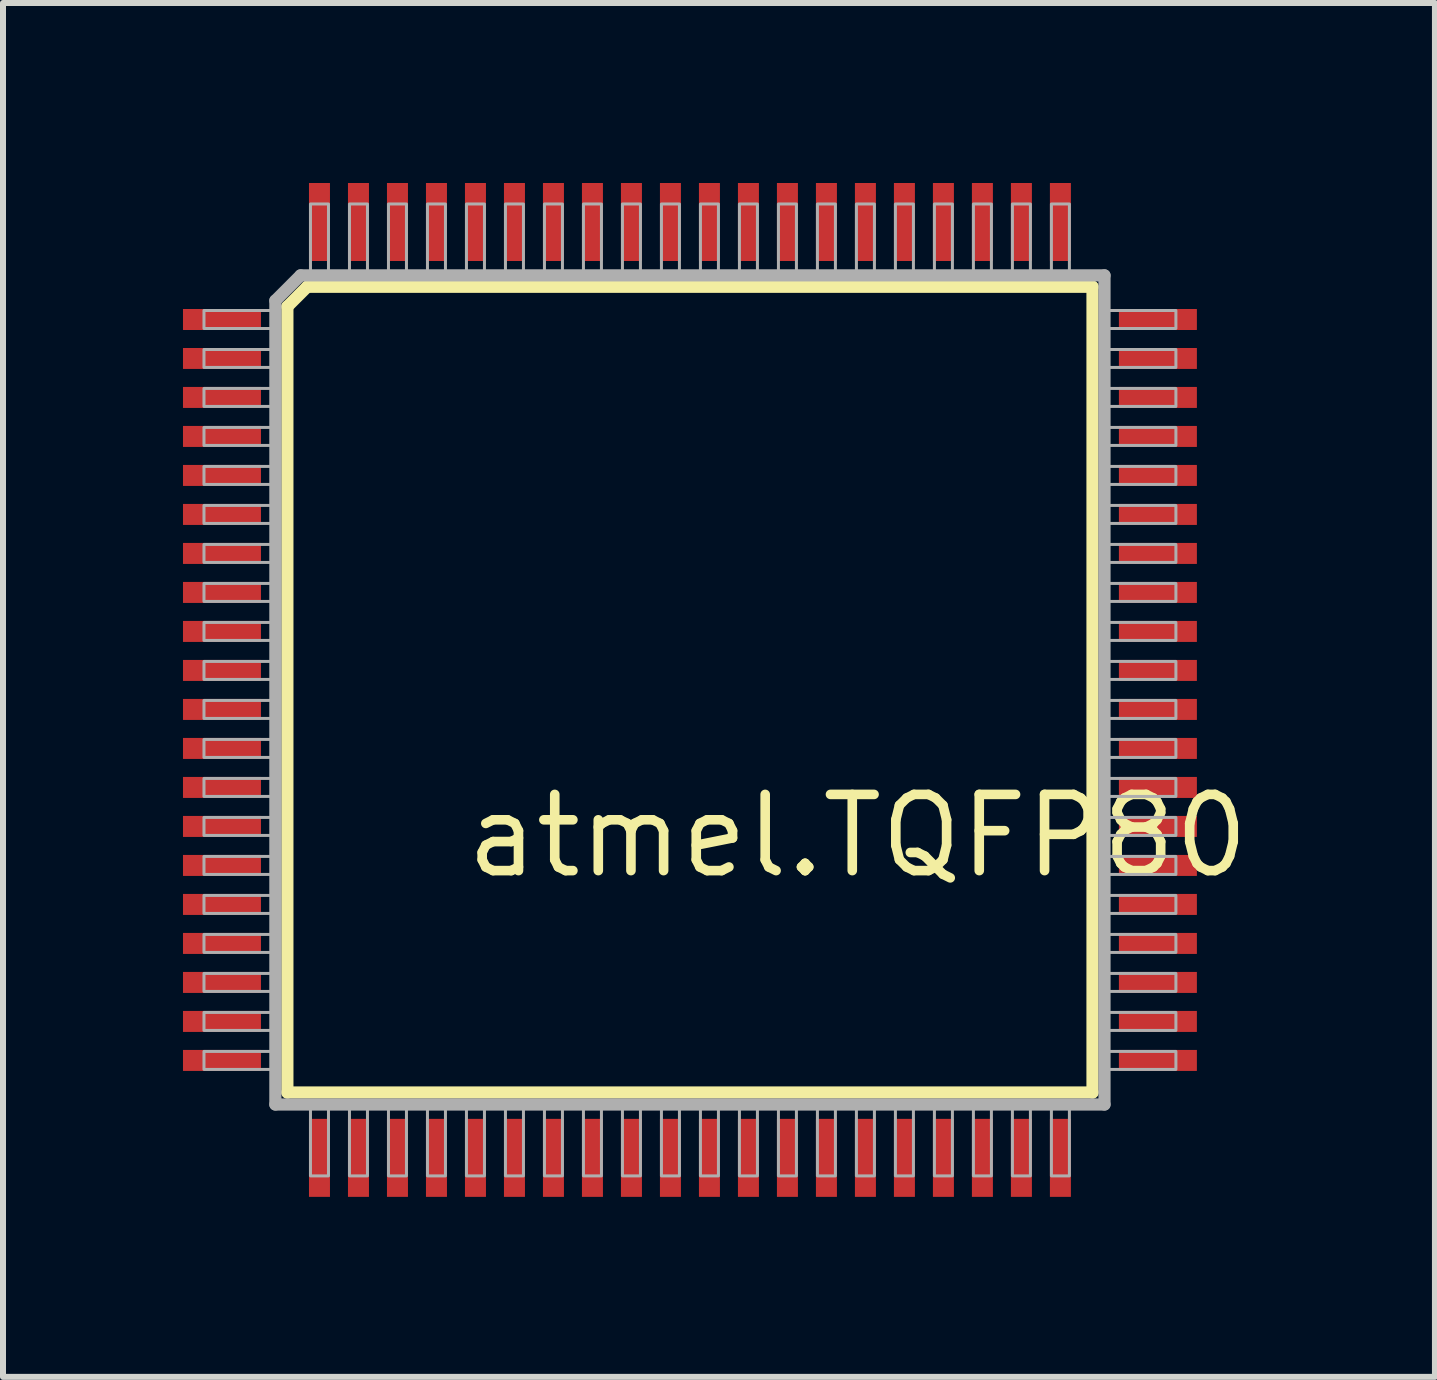
<source format=kicad_pcb>
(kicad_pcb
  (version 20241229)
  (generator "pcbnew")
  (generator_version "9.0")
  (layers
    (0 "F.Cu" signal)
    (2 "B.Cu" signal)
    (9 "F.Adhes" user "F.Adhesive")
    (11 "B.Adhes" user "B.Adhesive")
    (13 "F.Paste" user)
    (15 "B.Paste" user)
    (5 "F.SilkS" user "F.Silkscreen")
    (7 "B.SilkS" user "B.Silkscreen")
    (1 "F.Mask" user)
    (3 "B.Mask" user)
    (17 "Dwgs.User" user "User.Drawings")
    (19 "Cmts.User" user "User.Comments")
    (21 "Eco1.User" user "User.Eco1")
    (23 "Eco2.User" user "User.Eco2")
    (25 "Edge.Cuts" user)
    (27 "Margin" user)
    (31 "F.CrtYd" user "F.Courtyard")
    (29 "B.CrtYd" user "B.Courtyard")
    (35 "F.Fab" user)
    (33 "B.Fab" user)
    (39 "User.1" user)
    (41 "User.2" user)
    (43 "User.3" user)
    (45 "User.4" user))
  (footprint "atmel.TQFP80"
    (layer "F.Cu")
    (at 8.45 8.45)
    (property "Reference" "atmel.TQFP80" (at -3.81 3.175 0) (layer "F.SilkS") (effects (font (size 1.27 1.27) (thickness 0.16)) (justify left bottom)))
    (attr smd)
    (fp_line (start -6.71 -6.39) (end -6.38 -6.72) (stroke (width 0.203) (type default)) (layer "F.SilkS"))
    (fp_line (start -6.71 6.71) (end -6.71 -6.39) (stroke (width 0.203) (type default)) (layer "F.SilkS"))
    (fp_line (start -6.38 -6.72) (end 6.71 -6.72) (stroke (width 0.203) (type default)) (layer "F.SilkS"))
    (fp_line (start 6.71 -6.72) (end 6.71 6.71) (stroke (width 0.203) (type default)) (layer "F.SilkS"))
    (fp_line (start 6.71 6.71) (end -6.71 6.71) (stroke (width 0.203) (type default)) (layer "F.SilkS"))
    (fp_line (start -6.91 -6.49) (end -6.91 6.91) (stroke (width 0.203) (type default)) (layer "F.Fab"))
    (fp_line (start -6.91 6.91) (end 6.91 6.91) (stroke (width 0.203) (type default)) (layer "F.Fab"))
    (fp_line (start -6.49 -6.91) (end -6.91 -6.49) (stroke (width 0.203) (type default)) (layer "F.Fab"))
    (fp_line (start 6.91 -6.91) (end -6.49 -6.91) (stroke (width 0.203) (type default)) (layer "F.Fab"))
    (fp_line (start 6.91 6.91) (end 6.91 -6.91) (stroke (width 0.203) (type default)) (layer "F.Fab"))
    (fp_rect (start -8.1 -6.025) (end -6.9 -6.325) (stroke (width 0.05) (type default)) (fill no) (layer "F.Fab"))
    (fp_rect (start -8.1 -5.375) (end -6.9 -5.675) (stroke (width 0.05) (type default)) (fill no) (layer "F.Fab"))
    (fp_rect (start -8.1 -4.725) (end -6.9 -5.025) (stroke (width 0.05) (type default)) (fill no) (layer "F.Fab"))
    (fp_rect (start -8.1 -4.075) (end -6.9 -4.375) (stroke (width 0.05) (type default)) (fill no) (layer "F.Fab"))
    (fp_rect (start -8.1 -3.425) (end -6.9 -3.725) (stroke (width 0.05) (type default)) (fill no) (layer "F.Fab"))
    (fp_rect (start -8.1 -2.775) (end -6.9 -3.075) (stroke (width 0.05) (type default)) (fill no) (layer "F.Fab"))
    (fp_rect (start -8.1 -2.125) (end -6.9 -2.425) (stroke (width 0.05) (type default)) (fill no) (layer "F.Fab"))
    (fp_rect (start -8.1 -1.475) (end -6.9 -1.775) (stroke (width 0.05) (type default)) (fill no) (layer "F.Fab"))
    (fp_rect (start -8.1 -0.825) (end -6.9 -1.125) (stroke (width 0.05) (type default)) (fill no) (layer "F.Fab"))
    (fp_rect (start -8.1 -0.175) (end -6.9 -0.475) (stroke (width 0.05) (type default)) (fill no) (layer "F.Fab"))
    (fp_rect (start -8.1 0.475) (end -6.9 0.175) (stroke (width 0.05) (type default)) (fill no) (layer "F.Fab"))
    (fp_rect (start -8.1 1.125) (end -6.9 0.825) (stroke (width 0.05) (type default)) (fill no) (layer "F.Fab"))
    (fp_rect (start -8.1 1.775) (end -6.9 1.475) (stroke (width 0.05) (type default)) (fill no) (layer "F.Fab"))
    (fp_rect (start -8.1 2.425) (end -6.9 2.125) (stroke (width 0.05) (type default)) (fill no) (layer "F.Fab"))
    (fp_rect (start -8.1 3.075) (end -6.9 2.775) (stroke (width 0.05) (type default)) (fill no) (layer "F.Fab"))
    (fp_rect (start -8.1 3.725) (end -6.9 3.425) (stroke (width 0.05) (type default)) (fill no) (layer "F.Fab"))
    (fp_rect (start -8.1 4.375) (end -6.9 4.075) (stroke (width 0.05) (type default)) (fill no) (layer "F.Fab"))
    (fp_rect (start -8.1 5.025) (end -6.9 4.725) (stroke (width 0.05) (type default)) (fill no) (layer "F.Fab"))
    (fp_rect (start -8.1 5.675) (end -6.9 5.375) (stroke (width 0.05) (type default)) (fill no) (layer "F.Fab"))
    (fp_rect (start -8.1 6.325) (end -6.9 6.025) (stroke (width 0.05) (type default)) (fill no) (layer "F.Fab"))
    (fp_rect (start -6.325 -6.9) (end -6.025 -8.1) (stroke (width 0.05) (type default)) (fill no) (layer "F.Fab"))
    (fp_rect (start -6.325 8.1) (end -6.025 6.9) (stroke (width 0.05) (type default)) (fill no) (layer "F.Fab"))
    (fp_rect (start -5.675 -6.9) (end -5.375 -8.1) (stroke (width 0.05) (type default)) (fill no) (layer "F.Fab"))
    (fp_rect (start -5.675 8.1) (end -5.375 6.9) (stroke (width 0.05) (type default)) (fill no) (layer "F.Fab"))
    (fp_rect (start -5.025 -6.9) (end -4.725 -8.1) (stroke (width 0.05) (type default)) (fill no) (layer "F.Fab"))
    (fp_rect (start -5.025 8.1) (end -4.725 6.9) (stroke (width 0.05) (type default)) (fill no) (layer "F.Fab"))
    (fp_rect (start -4.375 -6.9) (end -4.075 -8.1) (stroke (width 0.05) (type default)) (fill no) (layer "F.Fab"))
    (fp_rect (start -4.375 8.1) (end -4.075 6.9) (stroke (width 0.05) (type default)) (fill no) (layer "F.Fab"))
    (fp_rect (start -3.725 -6.9) (end -3.425 -8.1) (stroke (width 0.05) (type default)) (fill no) (layer "F.Fab"))
    (fp_rect (start -3.725 8.1) (end -3.425 6.9) (stroke (width 0.05) (type default)) (fill no) (layer "F.Fab"))
    (fp_rect (start -3.075 -6.9) (end -2.775 -8.1) (stroke (width 0.05) (type default)) (fill no) (layer "F.Fab"))
    (fp_rect (start -3.075 8.1) (end -2.775 6.9) (stroke (width 0.05) (type default)) (fill no) (layer "F.Fab"))
    (fp_rect (start -2.425 -6.9) (end -2.125 -8.1) (stroke (width 0.05) (type default)) (fill no) (layer "F.Fab"))
    (fp_rect (start -2.425 8.1) (end -2.125 6.9) (stroke (width 0.05) (type default)) (fill no) (layer "F.Fab"))
    (fp_rect (start -1.775 -6.9) (end -1.475 -8.1) (stroke (width 0.05) (type default)) (fill no) (layer "F.Fab"))
    (fp_rect (start -1.775 8.1) (end -1.475 6.9) (stroke (width 0.05) (type default)) (fill no) (layer "F.Fab"))
    (fp_rect (start -1.125 -6.9) (end -0.825 -8.1) (stroke (width 0.05) (type default)) (fill no) (layer "F.Fab"))
    (fp_rect (start -1.125 8.1) (end -0.825 6.9) (stroke (width 0.05) (type default)) (fill no) (layer "F.Fab"))
    (fp_rect (start -0.475 -6.9) (end -0.175 -8.1) (stroke (width 0.05) (type default)) (fill no) (layer "F.Fab"))
    (fp_rect (start -0.475 8.1) (end -0.175 6.9) (stroke (width 0.05) (type default)) (fill no) (layer "F.Fab"))
    (fp_rect (start 0.175 -6.9) (end 0.475 -8.1) (stroke (width 0.05) (type default)) (fill no) (layer "F.Fab"))
    (fp_rect (start 0.175 8.1) (end 0.475 6.9) (stroke (width 0.05) (type default)) (fill no) (layer "F.Fab"))
    (fp_rect (start 0.825 -6.9) (end 1.125 -8.1) (stroke (width 0.05) (type default)) (fill no) (layer "F.Fab"))
    (fp_rect (start 0.825 8.1) (end 1.125 6.9) (stroke (width 0.05) (type default)) (fill no) (layer "F.Fab"))
    (fp_rect (start 1.475 -6.9) (end 1.775 -8.1) (stroke (width 0.05) (type default)) (fill no) (layer "F.Fab"))
    (fp_rect (start 1.475 8.1) (end 1.775 6.9) (stroke (width 0.05) (type default)) (fill no) (layer "F.Fab"))
    (fp_rect (start 2.125 -6.9) (end 2.425 -8.1) (stroke (width 0.05) (type default)) (fill no) (layer "F.Fab"))
    (fp_rect (start 2.125 8.1) (end 2.425 6.9) (stroke (width 0.05) (type default)) (fill no) (layer "F.Fab"))
    (fp_rect (start 2.775 -6.9) (end 3.075 -8.1) (stroke (width 0.05) (type default)) (fill no) (layer "F.Fab"))
    (fp_rect (start 2.775 8.1) (end 3.075 6.9) (stroke (width 0.05) (type default)) (fill no) (layer "F.Fab"))
    (fp_rect (start 3.425 -6.9) (end 3.725 -8.1) (stroke (width 0.05) (type default)) (fill no) (layer "F.Fab"))
    (fp_rect (start 3.425 8.1) (end 3.725 6.9) (stroke (width 0.05) (type default)) (fill no) (layer "F.Fab"))
    (fp_rect (start 4.075 -6.9) (end 4.375 -8.1) (stroke (width 0.05) (type default)) (fill no) (layer "F.Fab"))
    (fp_rect (start 4.075 8.1) (end 4.375 6.9) (stroke (width 0.05) (type default)) (fill no) (layer "F.Fab"))
    (fp_rect (start 4.725 -6.9) (end 5.025 -8.1) (stroke (width 0.05) (type default)) (fill no) (layer "F.Fab"))
    (fp_rect (start 4.725 8.1) (end 5.025 6.9) (stroke (width 0.05) (type default)) (fill no) (layer "F.Fab"))
    (fp_rect (start 5.375 -6.9) (end 5.675 -8.1) (stroke (width 0.05) (type default)) (fill no) (layer "F.Fab"))
    (fp_rect (start 5.375 8.1) (end 5.675 6.9) (stroke (width 0.05) (type default)) (fill no) (layer "F.Fab"))
    (fp_rect (start 6.025 -6.9) (end 6.325 -8.1) (stroke (width 0.05) (type default)) (fill no) (layer "F.Fab"))
    (fp_rect (start 6.025 8.1) (end 6.325 6.9) (stroke (width 0.05) (type default)) (fill no) (layer "F.Fab"))
    (fp_rect (start 6.9 -6.025) (end 8.1 -6.325) (stroke (width 0.05) (type default)) (fill no) (layer "F.Fab"))
    (fp_rect (start 6.9 -5.375) (end 8.1 -5.675) (stroke (width 0.05) (type default)) (fill no) (layer "F.Fab"))
    (fp_rect (start 6.9 -4.725) (end 8.1 -5.025) (stroke (width 0.05) (type default)) (fill no) (layer "F.Fab"))
    (fp_rect (start 6.9 -4.075) (end 8.1 -4.375) (stroke (width 0.05) (type default)) (fill no) (layer "F.Fab"))
    (fp_rect (start 6.9 -3.425) (end 8.1 -3.725) (stroke (width 0.05) (type default)) (fill no) (layer "F.Fab"))
    (fp_rect (start 6.9 -2.775) (end 8.1 -3.075) (stroke (width 0.05) (type default)) (fill no) (layer "F.Fab"))
    (fp_rect (start 6.9 -2.125) (end 8.1 -2.425) (stroke (width 0.05) (type default)) (fill no) (layer "F.Fab"))
    (fp_rect (start 6.9 -1.475) (end 8.1 -1.775) (stroke (width 0.05) (type default)) (fill no) (layer "F.Fab"))
    (fp_rect (start 6.9 -0.825) (end 8.1 -1.125) (stroke (width 0.05) (type default)) (fill no) (layer "F.Fab"))
    (fp_rect (start 6.9 -0.175) (end 8.1 -0.475) (stroke (width 0.05) (type default)) (fill no) (layer "F.Fab"))
    (fp_rect (start 6.9 0.475) (end 8.1 0.175) (stroke (width 0.05) (type default)) (fill no) (layer "F.Fab"))
    (fp_rect (start 6.9 1.125) (end 8.1 0.825) (stroke (width 0.05) (type default)) (fill no) (layer "F.Fab"))
    (fp_rect (start 6.9 1.775) (end 8.1 1.475) (stroke (width 0.05) (type default)) (fill no) (layer "F.Fab"))
    (fp_rect (start 6.9 2.425) (end 8.1 2.125) (stroke (width 0.05) (type default)) (fill no) (layer "F.Fab"))
    (fp_rect (start 6.9 3.075) (end 8.1 2.775) (stroke (width 0.05) (type default)) (fill no) (layer "F.Fab"))
    (fp_rect (start 6.9 3.725) (end 8.1 3.425) (stroke (width 0.05) (type default)) (fill no) (layer "F.Fab"))
    (fp_rect (start 6.9 4.375) (end 8.1 4.075) (stroke (width 0.05) (type default)) (fill no) (layer "F.Fab"))
    (fp_rect (start 6.9 5.025) (end 8.1 4.725) (stroke (width 0.05) (type default)) (fill no) (layer "F.Fab"))
    (fp_rect (start 6.9 5.675) (end 8.1 5.375) (stroke (width 0.05) (type default)) (fill no) (layer "F.Fab"))
    (fp_rect (start 6.9 6.325) (end 8.1 6.025) (stroke (width 0.05) (type default)) (fill no) (layer "F.Fab"))
    (pad "1" smd roundrect (at -7.8 -6.175 270) (size 0.35 1.3) (layers "F.Cu" "F.Mask" "F.Paste") (roundrect_rratio 0.01))
    (pad "2" smd roundrect (at -7.8 -5.525 270) (size 0.35 1.3) (layers "F.Cu" "F.Mask" "F.Paste") (roundrect_rratio 0.01))
    (pad "3" smd roundrect (at -7.8 -4.875 270) (size 0.35 1.3) (layers "F.Cu" "F.Mask" "F.Paste") (roundrect_rratio 0.01))
    (pad "4" smd roundrect (at -7.8 -4.225 270) (size 0.35 1.3) (layers "F.Cu" "F.Mask" "F.Paste") (roundrect_rratio 0.01))
    (pad "5" smd roundrect (at -7.8 -3.575 270) (size 0.35 1.3) (layers "F.Cu" "F.Mask" "F.Paste") (roundrect_rratio 0.01))
    (pad "6" smd roundrect (at -7.8 -2.925 270) (size 0.35 1.3) (layers "F.Cu" "F.Mask" "F.Paste") (roundrect_rratio 0.01))
    (pad "7" smd roundrect (at -7.8 -2.275 270) (size 0.35 1.3) (layers "F.Cu" "F.Mask" "F.Paste") (roundrect_rratio 0.01))
    (pad "8" smd roundrect (at -7.8 -1.625 270) (size 0.35 1.3) (layers "F.Cu" "F.Mask" "F.Paste") (roundrect_rratio 0.01))
    (pad "9" smd roundrect (at -7.8 -0.975 270) (size 0.35 1.3) (layers "F.Cu" "F.Mask" "F.Paste") (roundrect_rratio 0.01))
    (pad "10" smd roundrect (at -7.8 -0.325 270) (size 0.35 1.3) (layers "F.Cu" "F.Mask" "F.Paste") (roundrect_rratio 0.01))
    (pad "11" smd roundrect (at -7.8 0.325 270) (size 0.35 1.3) (layers "F.Cu" "F.Mask" "F.Paste") (roundrect_rratio 0.01))
    (pad "12" smd roundrect (at -7.8 0.975 270) (size 0.35 1.3) (layers "F.Cu" "F.Mask" "F.Paste") (roundrect_rratio 0.01))
    (pad "13" smd roundrect (at -7.8 1.625 270) (size 0.35 1.3) (layers "F.Cu" "F.Mask" "F.Paste") (roundrect_rratio 0.01))
    (pad "14" smd roundrect (at -7.8 2.275 270) (size 0.35 1.3) (layers "F.Cu" "F.Mask" "F.Paste") (roundrect_rratio 0.01))
    (pad "15" smd roundrect (at -7.8 2.925 270) (size 0.35 1.3) (layers "F.Cu" "F.Mask" "F.Paste") (roundrect_rratio 0.01))
    (pad "16" smd roundrect (at -7.8 3.575 270) (size 0.35 1.3) (layers "F.Cu" "F.Mask" "F.Paste") (roundrect_rratio 0.01))
    (pad "17" smd roundrect (at -7.8 4.225 270) (size 0.35 1.3) (layers "F.Cu" "F.Mask" "F.Paste") (roundrect_rratio 0.01))
    (pad "18" smd roundrect (at -7.8 4.875 270) (size 0.35 1.3) (layers "F.Cu" "F.Mask" "F.Paste") (roundrect_rratio 0.01))
    (pad "19" smd roundrect (at -7.8 5.525 270) (size 0.35 1.3) (layers "F.Cu" "F.Mask" "F.Paste") (roundrect_rratio 0.01))
    (pad "20" smd roundrect (at -7.8 6.175 270) (size 0.35 1.3) (layers "F.Cu" "F.Mask" "F.Paste") (roundrect_rratio 0.01))
    (pad "21" smd roundrect (at -6.175 7.8 270) (size 1.3 0.35) (layers "F.Cu" "F.Mask" "F.Paste") (roundrect_rratio 0.01))
    (pad "22" smd roundrect (at -5.525 7.8 270) (size 1.3 0.35) (layers "F.Cu" "F.Mask" "F.Paste") (roundrect_rratio 0.01))
    (pad "23" smd roundrect (at -4.875 7.8 270) (size 1.3 0.35) (layers "F.Cu" "F.Mask" "F.Paste") (roundrect_rratio 0.01))
    (pad "24" smd roundrect (at -4.225 7.8 270) (size 1.3 0.35) (layers "F.Cu" "F.Mask" "F.Paste") (roundrect_rratio 0.01))
    (pad "25" smd roundrect (at -3.575 7.8 270) (size 1.3 0.35) (layers "F.Cu" "F.Mask" "F.Paste") (roundrect_rratio 0.01))
    (pad "26" smd roundrect (at -2.925 7.8 270) (size 1.3 0.35) (layers "F.Cu" "F.Mask" "F.Paste") (roundrect_rratio 0.01))
    (pad "27" smd roundrect (at -2.275 7.8 270) (size 1.3 0.35) (layers "F.Cu" "F.Mask" "F.Paste") (roundrect_rratio 0.01))
    (pad "28" smd roundrect (at -1.625 7.8 270) (size 1.3 0.35) (layers "F.Cu" "F.Mask" "F.Paste") (roundrect_rratio 0.01))
    (pad "29" smd roundrect (at -0.975 7.8 270) (size 1.3 0.35) (layers "F.Cu" "F.Mask" "F.Paste") (roundrect_rratio 0.01))
    (pad "30" smd roundrect (at -0.325 7.8 270) (size 1.3 0.35) (layers "F.Cu" "F.Mask" "F.Paste") (roundrect_rratio 0.01))
    (pad "31" smd roundrect (at 0.325 7.8 270) (size 1.3 0.35) (layers "F.Cu" "F.Mask" "F.Paste") (roundrect_rratio 0.01))
    (pad "32" smd roundrect (at 0.975 7.8 270) (size 1.3 0.35) (layers "F.Cu" "F.Mask" "F.Paste") (roundrect_rratio 0.01))
    (pad "33" smd roundrect (at 1.625 7.8 270) (size 1.3 0.35) (layers "F.Cu" "F.Mask" "F.Paste") (roundrect_rratio 0.01))
    (pad "34" smd roundrect (at 2.275 7.8 270) (size 1.3 0.35) (layers "F.Cu" "F.Mask" "F.Paste") (roundrect_rratio 0.01))
    (pad "35" smd roundrect (at 2.925 7.8 270) (size 1.3 0.35) (layers "F.Cu" "F.Mask" "F.Paste") (roundrect_rratio 0.01))
    (pad "36" smd roundrect (at 3.575 7.8 270) (size 1.3 0.35) (layers "F.Cu" "F.Mask" "F.Paste") (roundrect_rratio 0.01))
    (pad "37" smd roundrect (at 4.225 7.8 270) (size 1.3 0.35) (layers "F.Cu" "F.Mask" "F.Paste") (roundrect_rratio 0.01))
    (pad "38" smd roundrect (at 4.875 7.8 270) (size 1.3 0.35) (layers "F.Cu" "F.Mask" "F.Paste") (roundrect_rratio 0.01))
    (pad "39" smd roundrect (at 5.525 7.8 270) (size 1.3 0.35) (layers "F.Cu" "F.Mask" "F.Paste") (roundrect_rratio 0.01))
    (pad "40" smd roundrect (at 6.175 7.8 270) (size 1.3 0.35) (layers "F.Cu" "F.Mask" "F.Paste") (roundrect_rratio 0.01))
    (pad "41" smd roundrect (at 7.8 6.175 270) (size 0.35 1.3) (layers "F.Cu" "F.Mask" "F.Paste") (roundrect_rratio 0.01))
    (pad "42" smd roundrect (at 7.8 5.525 270) (size 0.35 1.3) (layers "F.Cu" "F.Mask" "F.Paste") (roundrect_rratio 0.01))
    (pad "43" smd roundrect (at 7.8 4.875 270) (size 0.35 1.3) (layers "F.Cu" "F.Mask" "F.Paste") (roundrect_rratio 0.01))
    (pad "44" smd roundrect (at 7.8 4.225 270) (size 0.35 1.3) (layers "F.Cu" "F.Mask" "F.Paste") (roundrect_rratio 0.01))
    (pad "45" smd roundrect (at 7.8 3.575 270) (size 0.35 1.3) (layers "F.Cu" "F.Mask" "F.Paste") (roundrect_rratio 0.01))
    (pad "46" smd roundrect (at 7.8 2.925 270) (size 0.35 1.3) (layers "F.Cu" "F.Mask" "F.Paste") (roundrect_rratio 0.01))
    (pad "47" smd roundrect (at 7.8 2.275 270) (size 0.35 1.3) (layers "F.Cu" "F.Mask" "F.Paste") (roundrect_rratio 0.01))
    (pad "48" smd roundrect (at 7.8 1.625 270) (size 0.35 1.3) (layers "F.Cu" "F.Mask" "F.Paste") (roundrect_rratio 0.01))
    (pad "49" smd roundrect (at 7.8 0.975 270) (size 0.35 1.3) (layers "F.Cu" "F.Mask" "F.Paste") (roundrect_rratio 0.01))
    (pad "50" smd roundrect (at 7.8 0.325 270) (size 0.35 1.3) (layers "F.Cu" "F.Mask" "F.Paste") (roundrect_rratio 0.01))
    (pad "51" smd roundrect (at 7.8 -0.325 270) (size 0.35 1.3) (layers "F.Cu" "F.Mask" "F.Paste") (roundrect_rratio 0.01))
    (pad "52" smd roundrect (at 7.8 -0.975 270) (size 0.35 1.3) (layers "F.Cu" "F.Mask" "F.Paste") (roundrect_rratio 0.01))
    (pad "53" smd roundrect (at 7.8 -1.625 270) (size 0.35 1.3) (layers "F.Cu" "F.Mask" "F.Paste") (roundrect_rratio 0.01))
    (pad "54" smd roundrect (at 7.8 -2.275 270) (size 0.35 1.3) (layers "F.Cu" "F.Mask" "F.Paste") (roundrect_rratio 0.01))
    (pad "55" smd roundrect (at 7.8 -2.925 270) (size 0.35 1.3) (layers "F.Cu" "F.Mask" "F.Paste") (roundrect_rratio 0.01))
    (pad "56" smd roundrect (at 7.8 -3.575 270) (size 0.35 1.3) (layers "F.Cu" "F.Mask" "F.Paste") (roundrect_rratio 0.01))
    (pad "57" smd roundrect (at 7.8 -4.225 270) (size 0.35 1.3) (layers "F.Cu" "F.Mask" "F.Paste") (roundrect_rratio 0.01))
    (pad "58" smd roundrect (at 7.8 -4.875 270) (size 0.35 1.3) (layers "F.Cu" "F.Mask" "F.Paste") (roundrect_rratio 0.01))
    (pad "59" smd roundrect (at 7.8 -5.525 270) (size 0.35 1.3) (layers "F.Cu" "F.Mask" "F.Paste") (roundrect_rratio 0.01))
    (pad "60" smd roundrect (at 7.8 -6.175 270) (size 0.35 1.3) (layers "F.Cu" "F.Mask" "F.Paste") (roundrect_rratio 0.01))
    (pad "61" smd roundrect (at 6.175 -7.8 270) (size 1.3 0.35) (layers "F.Cu" "F.Mask" "F.Paste") (roundrect_rratio 0.01))
    (pad "62" smd roundrect (at 5.525 -7.8 270) (size 1.3 0.35) (layers "F.Cu" "F.Mask" "F.Paste") (roundrect_rratio 0.01))
    (pad "63" smd roundrect (at 4.875 -7.8 270) (size 1.3 0.35) (layers "F.Cu" "F.Mask" "F.Paste") (roundrect_rratio 0.01))
    (pad "64" smd roundrect (at 4.225 -7.8 270) (size 1.3 0.35) (layers "F.Cu" "F.Mask" "F.Paste") (roundrect_rratio 0.01))
    (pad "65" smd roundrect (at 3.575 -7.8 270) (size 1.3 0.35) (layers "F.Cu" "F.Mask" "F.Paste") (roundrect_rratio 0.01))
    (pad "66" smd roundrect (at 2.925 -7.8 270) (size 1.3 0.35) (layers "F.Cu" "F.Mask" "F.Paste") (roundrect_rratio 0.01))
    (pad "67" smd roundrect (at 2.275 -7.8 270) (size 1.3 0.35) (layers "F.Cu" "F.Mask" "F.Paste") (roundrect_rratio 0.01))
    (pad "68" smd roundrect (at 1.625 -7.8 270) (size 1.3 0.35) (layers "F.Cu" "F.Mask" "F.Paste") (roundrect_rratio 0.01))
    (pad "69" smd roundrect (at 0.975 -7.8 270) (size 1.3 0.35) (layers "F.Cu" "F.Mask" "F.Paste") (roundrect_rratio 0.01))
    (pad "70" smd roundrect (at 0.325 -7.8 270) (size 1.3 0.35) (layers "F.Cu" "F.Mask" "F.Paste") (roundrect_rratio 0.01))
    (pad "71" smd roundrect (at -0.325 -7.8 270) (size 1.3 0.35) (layers "F.Cu" "F.Mask" "F.Paste") (roundrect_rratio 0.01))
    (pad "72" smd roundrect (at -0.975 -7.8 270) (size 1.3 0.35) (layers "F.Cu" "F.Mask" "F.Paste") (roundrect_rratio 0.01))
    (pad "73" smd roundrect (at -1.625 -7.8 270) (size 1.3 0.35) (layers "F.Cu" "F.Mask" "F.Paste") (roundrect_rratio 0.01))
    (pad "74" smd roundrect (at -2.275 -7.8 270) (size 1.3 0.35) (layers "F.Cu" "F.Mask" "F.Paste") (roundrect_rratio 0.01))
    (pad "75" smd roundrect (at -2.925 -7.8 270) (size 1.3 0.35) (layers "F.Cu" "F.Mask" "F.Paste") (roundrect_rratio 0.01))
    (pad "76" smd roundrect (at -3.575 -7.8 270) (size 1.3 0.35) (layers "F.Cu" "F.Mask" "F.Paste") (roundrect_rratio 0.01))
    (pad "77" smd roundrect (at -4.225 -7.8 270) (size 1.3 0.35) (layers "F.Cu" "F.Mask" "F.Paste") (roundrect_rratio 0.01))
    (pad "78" smd roundrect (at -4.875 -7.8 270) (size 1.3 0.35) (layers "F.Cu" "F.Mask" "F.Paste") (roundrect_rratio 0.01))
    (pad "79" smd roundrect (at -5.525 -7.8 270) (size 1.3 0.35) (layers "F.Cu" "F.Mask" "F.Paste") (roundrect_rratio 0.01))
    (pad "80" smd roundrect (at -6.175 -7.8 270) (size 1.3 0.35) (layers "F.Cu" "F.Mask" "F.Paste") (roundrect_rratio 0.01)))
  (gr_rect
    (start -3 -3)
    (end 20.868 19.9)
    (stroke (width 0.1) (type default))
    (fill no)
    (layer "Edge.Cuts")))
</source>
